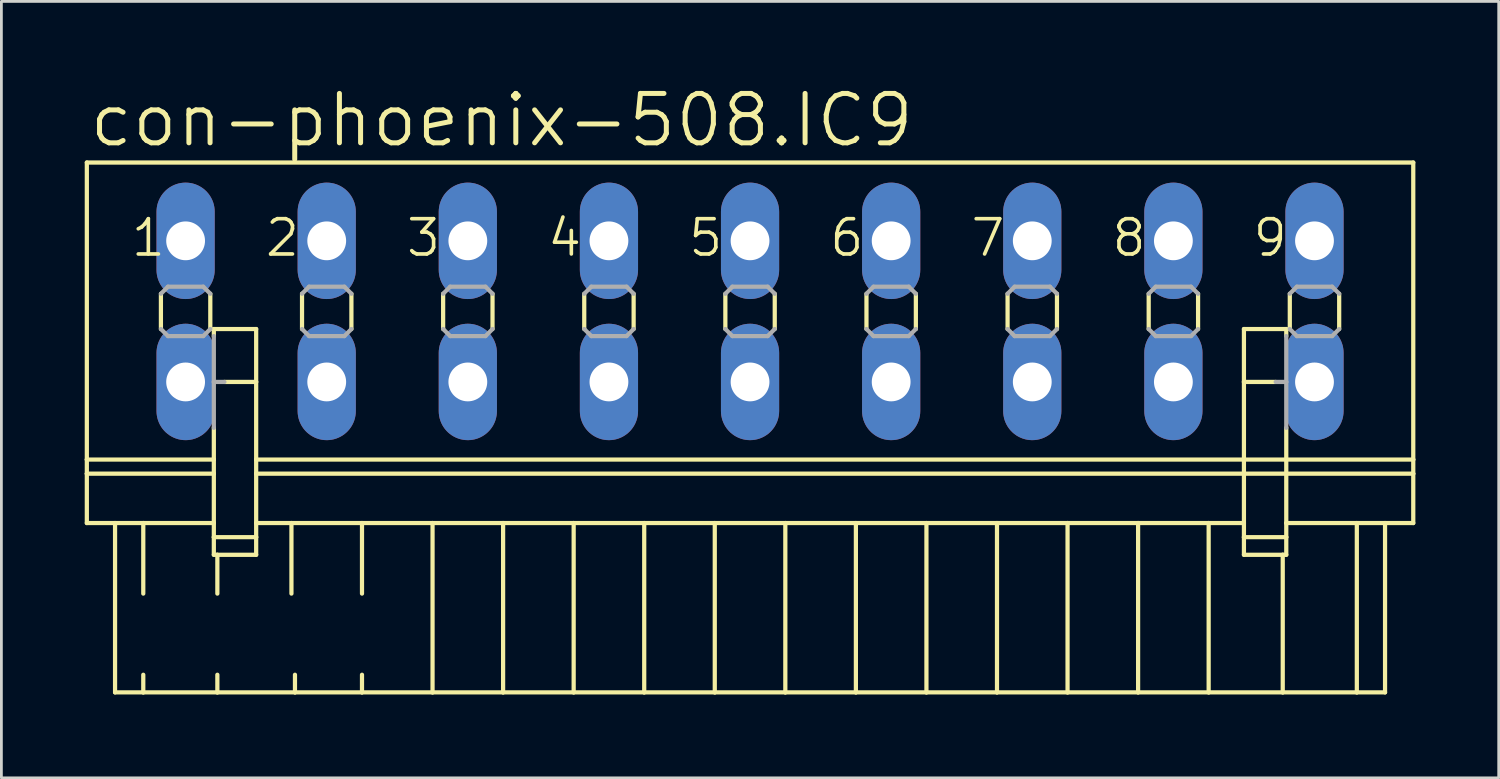
<source format=kicad_pcb>
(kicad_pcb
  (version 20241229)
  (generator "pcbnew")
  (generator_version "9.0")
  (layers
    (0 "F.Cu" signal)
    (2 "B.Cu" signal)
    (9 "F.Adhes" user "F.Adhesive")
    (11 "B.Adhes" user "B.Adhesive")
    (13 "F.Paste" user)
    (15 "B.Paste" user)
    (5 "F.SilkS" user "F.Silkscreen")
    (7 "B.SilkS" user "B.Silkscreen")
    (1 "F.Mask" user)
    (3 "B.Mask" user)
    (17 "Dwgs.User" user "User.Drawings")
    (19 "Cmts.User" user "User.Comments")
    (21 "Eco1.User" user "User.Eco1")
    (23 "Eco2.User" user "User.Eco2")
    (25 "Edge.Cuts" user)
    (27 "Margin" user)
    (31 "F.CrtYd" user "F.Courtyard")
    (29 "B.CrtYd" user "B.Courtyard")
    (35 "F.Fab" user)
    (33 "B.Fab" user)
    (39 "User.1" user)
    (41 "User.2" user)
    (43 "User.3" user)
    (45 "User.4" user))
  (footprint "con-phoenix-508.IC9"
    (layer "F.Cu")
    (at 23.952 8.16)
    (property "Reference" "con-phoenix-508.IC9" (at -23.876 -5.842 0) (layer "F.SilkS") (effects (font (size 1.778 1.778) (thickness 0.18)) (justify left bottom)))
    (attr through_hole)
    (fp_line (start -23.876 -5.359) (end -23.876 5.334) (stroke (width 0.152) (type default)) (layer "F.SilkS"))
    (fp_line (start -23.876 -5.359) (end 23.876 -5.359) (stroke (width 0.152) (type default)) (layer "F.SilkS"))
    (fp_line (start -23.876 5.334) (end -23.876 5.842) (stroke (width 0.152) (type default)) (layer "F.SilkS"))
    (fp_line (start -23.876 5.334) (end -19.304 5.334) (stroke (width 0.152) (type default)) (layer "F.SilkS"))
    (fp_line (start -23.876 5.842) (end -23.876 7.62) (stroke (width 0.152) (type default)) (layer "F.SilkS"))
    (fp_line (start -23.876 5.842) (end -19.304 5.842) (stroke (width 0.152) (type default)) (layer "F.SilkS"))
    (fp_line (start -23.876 7.62) (end -22.86 7.62) (stroke (width 0.152) (type default)) (layer "F.SilkS"))
    (fp_line (start -22.86 7.62) (end -22.86 13.716) (stroke (width 0.152) (type default)) (layer "F.SilkS"))
    (fp_line (start -22.86 7.62) (end -21.844 7.62) (stroke (width 0.152) (type default)) (layer "F.SilkS"))
    (fp_line (start -22.86 13.716) (end -21.844 13.716) (stroke (width 0.152) (type default)) (layer "F.SilkS"))
    (fp_line (start -21.844 7.62) (end -21.844 10.16) (stroke (width 0.152) (type default)) (layer "F.SilkS"))
    (fp_line (start -21.844 7.62) (end -19.304 7.62) (stroke (width 0.152) (type default)) (layer "F.SilkS"))
    (fp_line (start -21.844 13.081) (end -21.844 13.716) (stroke (width 0.152) (type default)) (layer "F.SilkS"))
    (fp_line (start -21.844 13.716) (end -19.177 13.716) (stroke (width 0.152) (type default)) (layer "F.SilkS"))
    (fp_line (start -21.209 -0.635) (end -21.209 0.635) (stroke (width 0.152) (type default)) (layer "F.SilkS"))
    (fp_line (start -19.431 -0.635) (end -19.431 0.635) (stroke (width 0.152) (type default)) (layer "F.SilkS"))
    (fp_line (start -19.304 0.635) (end -19.304 0.889) (stroke (width 0.152) (type default)) (layer "F.SilkS"))
    (fp_line (start -19.304 0.635) (end -17.78 0.635) (stroke (width 0.152) (type default)) (layer "F.SilkS"))
    (fp_line (start -19.304 4.191) (end -19.304 5.334) (stroke (width 0.152) (type default)) (layer "F.SilkS"))
    (fp_line (start -19.304 5.842) (end -19.304 5.334) (stroke (width 0.152) (type default)) (layer "F.SilkS"))
    (fp_line (start -19.304 7.62) (end -19.304 5.842) (stroke (width 0.152) (type default)) (layer "F.SilkS"))
    (fp_line (start -19.304 8.128) (end -19.304 7.62) (stroke (width 0.152) (type default)) (layer "F.SilkS"))
    (fp_line (start -19.304 8.128) (end -17.78 8.128) (stroke (width 0.152) (type default)) (layer "F.SilkS"))
    (fp_line (start -19.304 8.763) (end -19.304 8.128) (stroke (width 0.152) (type default)) (layer "F.SilkS"))
    (fp_line (start -19.177 8.763) (end -19.304 8.763) (stroke (width 0.152) (type default)) (layer "F.SilkS"))
    (fp_line (start -19.177 8.763) (end -19.177 10.16) (stroke (width 0.152) (type default)) (layer "F.SilkS"))
    (fp_line (start -19.177 13.081) (end -19.177 13.716) (stroke (width 0.152) (type default)) (layer "F.SilkS"))
    (fp_line (start -19.177 13.716) (end -16.383 13.716) (stroke (width 0.152) (type default)) (layer "F.SilkS"))
    (fp_line (start -17.78 0.635) (end -17.78 2.54) (stroke (width 0.152) (type default)) (layer "F.SilkS"))
    (fp_line (start -17.78 2.54) (end -18.923 2.54) (stroke (width 0.152) (type default)) (layer "F.SilkS"))
    (fp_line (start -17.78 2.54) (end -17.78 5.334) (stroke (width 0.152) (type default)) (layer "F.SilkS"))
    (fp_line (start -17.78 5.334) (end -17.78 5.842) (stroke (width 0.152) (type default)) (layer "F.SilkS"))
    (fp_line (start -17.78 5.334) (end 17.78 5.334) (stroke (width 0.152) (type default)) (layer "F.SilkS"))
    (fp_line (start -17.78 5.842) (end -17.78 7.62) (stroke (width 0.152) (type default)) (layer "F.SilkS"))
    (fp_line (start -17.78 5.842) (end 17.78 5.842) (stroke (width 0.152) (type default)) (layer "F.SilkS"))
    (fp_line (start -17.78 7.62) (end -17.78 8.128) (stroke (width 0.152) (type default)) (layer "F.SilkS"))
    (fp_line (start -17.78 7.62) (end -16.51 7.62) (stroke (width 0.152) (type default)) (layer "F.SilkS"))
    (fp_line (start -17.78 8.128) (end -17.78 8.763) (stroke (width 0.152) (type default)) (layer "F.SilkS"))
    (fp_line (start -17.78 8.763) (end -19.177 8.763) (stroke (width 0.152) (type default)) (layer "F.SilkS"))
    (fp_line (start -16.51 7.62) (end -16.51 10.16) (stroke (width 0.152) (type default)) (layer "F.SilkS"))
    (fp_line (start -16.51 7.62) (end -13.97 7.62) (stroke (width 0.152) (type default)) (layer "F.SilkS"))
    (fp_line (start -16.383 13.081) (end -16.383 13.716) (stroke (width 0.152) (type default)) (layer "F.SilkS"))
    (fp_line (start -16.383 13.716) (end -13.97 13.716) (stroke (width 0.152) (type default)) (layer "F.SilkS"))
    (fp_line (start -16.129 -0.635) (end -16.129 0.635) (stroke (width 0.152) (type default)) (layer "F.SilkS"))
    (fp_line (start -14.351 -0.635) (end -14.351 0.635) (stroke (width 0.152) (type default)) (layer "F.SilkS"))
    (fp_line (start -13.97 7.62) (end -13.97 10.16) (stroke (width 0.152) (type default)) (layer "F.SilkS"))
    (fp_line (start -13.97 7.62) (end -11.43 7.62) (stroke (width 0.152) (type default)) (layer "F.SilkS"))
    (fp_line (start -13.97 13.081) (end -13.97 13.716) (stroke (width 0.152) (type default)) (layer "F.SilkS"))
    (fp_line (start -13.97 13.716) (end -11.43 13.716) (stroke (width 0.152) (type default)) (layer "F.SilkS"))
    (fp_line (start -11.43 7.62) (end -11.43 13.716) (stroke (width 0.152) (type default)) (layer "F.SilkS"))
    (fp_line (start -11.43 7.62) (end -8.89 7.62) (stroke (width 0.152) (type default)) (layer "F.SilkS"))
    (fp_line (start -11.43 13.716) (end -8.89 13.716) (stroke (width 0.152) (type default)) (layer "F.SilkS"))
    (fp_line (start -11.049 -0.635) (end -11.049 0.635) (stroke (width 0.152) (type default)) (layer "F.SilkS"))
    (fp_line (start -9.271 -0.635) (end -9.271 0.635) (stroke (width 0.152) (type default)) (layer "F.SilkS"))
    (fp_line (start -8.89 7.62) (end -8.89 13.716) (stroke (width 0.152) (type default)) (layer "F.SilkS"))
    (fp_line (start -8.89 7.62) (end -6.35 7.62) (stroke (width 0.152) (type default)) (layer "F.SilkS"))
    (fp_line (start -8.89 13.716) (end -6.35 13.716) (stroke (width 0.152) (type default)) (layer "F.SilkS"))
    (fp_line (start -6.35 7.62) (end -6.35 13.716) (stroke (width 0.152) (type default)) (layer "F.SilkS"))
    (fp_line (start -6.35 7.62) (end -3.81 7.62) (stroke (width 0.152) (type default)) (layer "F.SilkS"))
    (fp_line (start -6.35 13.716) (end -3.81 13.716) (stroke (width 0.152) (type default)) (layer "F.SilkS"))
    (fp_line (start -5.969 -0.635) (end -5.969 0.635) (stroke (width 0.152) (type default)) (layer "F.SilkS"))
    (fp_line (start -4.191 -0.635) (end -4.191 0.635) (stroke (width 0.152) (type default)) (layer "F.SilkS"))
    (fp_line (start -3.81 7.62) (end -3.81 13.716) (stroke (width 0.152) (type default)) (layer "F.SilkS"))
    (fp_line (start -3.81 7.62) (end -1.27 7.62) (stroke (width 0.152) (type default)) (layer "F.SilkS"))
    (fp_line (start -3.81 13.716) (end -1.27 13.716) (stroke (width 0.152) (type default)) (layer "F.SilkS"))
    (fp_line (start -1.27 7.62) (end -1.27 13.716) (stroke (width 0.152) (type default)) (layer "F.SilkS"))
    (fp_line (start -1.27 7.62) (end 1.27 7.62) (stroke (width 0.152) (type default)) (layer "F.SilkS"))
    (fp_line (start -1.27 13.716) (end 1.27 13.716) (stroke (width 0.152) (type default)) (layer "F.SilkS"))
    (fp_line (start -0.889 -0.635) (end -0.889 0.635) (stroke (width 0.152) (type default)) (layer "F.SilkS"))
    (fp_line (start 0.889 -0.635) (end 0.889 0.635) (stroke (width 0.152) (type default)) (layer "F.SilkS"))
    (fp_line (start 1.27 7.62) (end 1.27 13.716) (stroke (width 0.152) (type default)) (layer "F.SilkS"))
    (fp_line (start 1.27 7.62) (end 3.81 7.62) (stroke (width 0.152) (type default)) (layer "F.SilkS"))
    (fp_line (start 1.27 13.716) (end 3.81 13.716) (stroke (width 0.152) (type default)) (layer "F.SilkS"))
    (fp_line (start 3.81 7.62) (end 3.81 13.716) (stroke (width 0.152) (type default)) (layer "F.SilkS"))
    (fp_line (start 3.81 7.62) (end 6.35 7.62) (stroke (width 0.152) (type default)) (layer "F.SilkS"))
    (fp_line (start 3.81 13.716) (end 6.35 13.716) (stroke (width 0.152) (type default)) (layer "F.SilkS"))
    (fp_line (start 4.191 -0.635) (end 4.191 0.635) (stroke (width 0.152) (type default)) (layer "F.SilkS"))
    (fp_line (start 5.969 -0.635) (end 5.969 0.635) (stroke (width 0.152) (type default)) (layer "F.SilkS"))
    (fp_line (start 6.35 7.62) (end 6.35 13.716) (stroke (width 0.152) (type default)) (layer "F.SilkS"))
    (fp_line (start 6.35 7.62) (end 8.89 7.62) (stroke (width 0.152) (type default)) (layer "F.SilkS"))
    (fp_line (start 6.35 13.716) (end 8.89 13.716) (stroke (width 0.152) (type default)) (layer "F.SilkS"))
    (fp_line (start 8.89 7.62) (end 8.89 13.716) (stroke (width 0.152) (type default)) (layer "F.SilkS"))
    (fp_line (start 8.89 7.62) (end 11.43 7.62) (stroke (width 0.152) (type default)) (layer "F.SilkS"))
    (fp_line (start 8.89 13.716) (end 11.43 13.716) (stroke (width 0.152) (type default)) (layer "F.SilkS"))
    (fp_line (start 9.271 -0.635) (end 9.271 0.635) (stroke (width 0.152) (type default)) (layer "F.SilkS"))
    (fp_line (start 11.049 -0.635) (end 11.049 0.635) (stroke (width 0.152) (type default)) (layer "F.SilkS"))
    (fp_line (start 11.43 7.62) (end 11.43 13.716) (stroke (width 0.152) (type default)) (layer "F.SilkS"))
    (fp_line (start 11.43 7.62) (end 13.97 7.62) (stroke (width 0.152) (type default)) (layer "F.SilkS"))
    (fp_line (start 11.43 13.716) (end 13.97 13.716) (stroke (width 0.152) (type default)) (layer "F.SilkS"))
    (fp_line (start 13.97 7.62) (end 13.97 13.716) (stroke (width 0.152) (type default)) (layer "F.SilkS"))
    (fp_line (start 13.97 7.62) (end 16.51 7.62) (stroke (width 0.152) (type default)) (layer "F.SilkS"))
    (fp_line (start 13.97 13.716) (end 16.51 13.716) (stroke (width 0.152) (type default)) (layer "F.SilkS"))
    (fp_line (start 14.351 -0.635) (end 14.351 0.635) (stroke (width 0.152) (type default)) (layer "F.SilkS"))
    (fp_line (start 16.129 -0.635) (end 16.129 0.635) (stroke (width 0.152) (type default)) (layer "F.SilkS"))
    (fp_line (start 16.51 7.62) (end 16.51 13.716) (stroke (width 0.152) (type default)) (layer "F.SilkS"))
    (fp_line (start 16.51 7.62) (end 17.78 7.62) (stroke (width 0.152) (type default)) (layer "F.SilkS"))
    (fp_line (start 16.51 13.716) (end 19.177 13.716) (stroke (width 0.152) (type default)) (layer "F.SilkS"))
    (fp_line (start 17.78 0.635) (end 17.78 2.54) (stroke (width 0.152) (type default)) (layer "F.SilkS"))
    (fp_line (start 17.78 2.54) (end 17.78 5.334) (stroke (width 0.152) (type default)) (layer "F.SilkS"))
    (fp_line (start 17.78 2.54) (end 18.923 2.54) (stroke (width 0.152) (type default)) (layer "F.SilkS"))
    (fp_line (start 17.78 5.334) (end 17.78 5.842) (stroke (width 0.152) (type default)) (layer "F.SilkS"))
    (fp_line (start 17.78 5.334) (end 19.304 5.334) (stroke (width 0.152) (type default)) (layer "F.SilkS"))
    (fp_line (start 17.78 5.842) (end 17.78 7.62) (stroke (width 0.152) (type default)) (layer "F.SilkS"))
    (fp_line (start 17.78 5.842) (end 19.304 5.842) (stroke (width 0.152) (type default)) (layer "F.SilkS"))
    (fp_line (start 17.78 7.62) (end 17.78 8.128) (stroke (width 0.152) (type default)) (layer "F.SilkS"))
    (fp_line (start 17.78 8.128) (end 17.78 8.763) (stroke (width 0.152) (type default)) (layer "F.SilkS"))
    (fp_line (start 17.78 8.128) (end 19.304 8.128) (stroke (width 0.152) (type default)) (layer "F.SilkS"))
    (fp_line (start 19.177 8.763) (end 17.78 8.763) (stroke (width 0.152) (type default)) (layer "F.SilkS"))
    (fp_line (start 19.177 8.763) (end 19.177 13.716) (stroke (width 0.152) (type default)) (layer "F.SilkS"))
    (fp_line (start 19.177 13.716) (end 21.844 13.716) (stroke (width 0.152) (type default)) (layer "F.SilkS"))
    (fp_line (start 19.304 0.635) (end 17.78 0.635) (stroke (width 0.152) (type default)) (layer "F.SilkS"))
    (fp_line (start 19.304 0.889) (end 19.304 0.635) (stroke (width 0.152) (type default)) (layer "F.SilkS"))
    (fp_line (start 19.304 4.191) (end 19.304 5.334) (stroke (width 0.152) (type default)) (layer "F.SilkS"))
    (fp_line (start 19.304 5.334) (end 23.876 5.334) (stroke (width 0.152) (type default)) (layer "F.SilkS"))
    (fp_line (start 19.304 5.842) (end 19.304 5.334) (stroke (width 0.152) (type default)) (layer "F.SilkS"))
    (fp_line (start 19.304 5.842) (end 23.876 5.842) (stroke (width 0.152) (type default)) (layer "F.SilkS"))
    (fp_line (start 19.304 7.62) (end 19.304 5.842) (stroke (width 0.152) (type default)) (layer "F.SilkS"))
    (fp_line (start 19.304 7.62) (end 21.844 7.62) (stroke (width 0.152) (type default)) (layer "F.SilkS"))
    (fp_line (start 19.304 8.128) (end 19.304 7.62) (stroke (width 0.152) (type default)) (layer "F.SilkS"))
    (fp_line (start 19.304 8.763) (end 19.177 8.763) (stroke (width 0.152) (type default)) (layer "F.SilkS"))
    (fp_line (start 19.304 8.763) (end 19.304 8.128) (stroke (width 0.152) (type default)) (layer "F.SilkS"))
    (fp_line (start 19.431 -0.635) (end 19.431 0.635) (stroke (width 0.152) (type default)) (layer "F.SilkS"))
    (fp_line (start 21.209 -0.635) (end 21.209 0.635) (stroke (width 0.152) (type default)) (layer "F.SilkS"))
    (fp_line (start 21.844 7.62) (end 21.844 13.716) (stroke (width 0.152) (type default)) (layer "F.SilkS"))
    (fp_line (start 21.844 7.62) (end 22.86 7.62) (stroke (width 0.152) (type default)) (layer "F.SilkS"))
    (fp_line (start 21.844 13.716) (end 22.86 13.716) (stroke (width 0.152) (type default)) (layer "F.SilkS"))
    (fp_line (start 22.86 7.62) (end 22.86 13.716) (stroke (width 0.152) (type default)) (layer "F.SilkS"))
    (fp_line (start 22.86 7.62) (end 23.876 7.62) (stroke (width 0.152) (type default)) (layer "F.SilkS"))
    (fp_line (start 23.876 -5.359) (end 23.876 5.334) (stroke (width 0.152) (type default)) (layer "F.SilkS"))
    (fp_line (start 23.876 5.334) (end 23.876 5.842) (stroke (width 0.152) (type default)) (layer "F.SilkS"))
    (fp_line (start 23.876 5.842) (end 23.876 7.62) (stroke (width 0.152) (type default)) (layer "F.SilkS"))
    (fp_line (start -21.209 -0.635) (end -20.955 -0.889) (stroke (width 0.152) (type default)) (layer "F.Fab"))
    (fp_line (start -20.955 -0.889) (end -19.685 -0.889) (stroke (width 0.152) (type default)) (layer "F.Fab"))
    (fp_line (start -20.955 0.889) (end -21.209 0.635) (stroke (width 0.152) (type default)) (layer "F.Fab"))
    (fp_line (start -19.685 -0.889) (end -19.431 -0.635) (stroke (width 0.152) (type default)) (layer "F.Fab"))
    (fp_line (start -19.685 0.889) (end -20.955 0.889) (stroke (width 0.152) (type default)) (layer "F.Fab"))
    (fp_line (start -19.431 0.635) (end -19.685 0.889) (stroke (width 0.152) (type default)) (layer "F.Fab"))
    (fp_line (start -19.304 2.54) (end -19.304 0.889) (stroke (width 0.152) (type default)) (layer "F.Fab"))
    (fp_line (start -19.304 2.54) (end -18.923 2.54) (stroke (width 0.152) (type default)) (layer "F.Fab"))
    (fp_line (start -19.304 4.191) (end -19.304 2.54) (stroke (width 0.152) (type default)) (layer "F.Fab"))
    (fp_line (start -16.129 -0.635) (end -15.875 -0.889) (stroke (width 0.152) (type default)) (layer "F.Fab"))
    (fp_line (start -15.875 -0.889) (end -14.605 -0.889) (stroke (width 0.152) (type default)) (layer "F.Fab"))
    (fp_line (start -15.875 0.889) (end -16.129 0.635) (stroke (width 0.152) (type default)) (layer "F.Fab"))
    (fp_line (start -14.605 -0.889) (end -14.351 -0.635) (stroke (width 0.152) (type default)) (layer "F.Fab"))
    (fp_line (start -14.605 0.889) (end -15.875 0.889) (stroke (width 0.152) (type default)) (layer "F.Fab"))
    (fp_line (start -14.351 0.635) (end -14.605 0.889) (stroke (width 0.152) (type default)) (layer "F.Fab"))
    (fp_line (start -11.049 -0.635) (end -10.795 -0.889) (stroke (width 0.152) (type default)) (layer "F.Fab"))
    (fp_line (start -10.795 -0.889) (end -9.525 -0.889) (stroke (width 0.152) (type default)) (layer "F.Fab"))
    (fp_line (start -10.795 0.889) (end -11.049 0.635) (stroke (width 0.152) (type default)) (layer "F.Fab"))
    (fp_line (start -9.525 -0.889) (end -9.271 -0.635) (stroke (width 0.152) (type default)) (layer "F.Fab"))
    (fp_line (start -9.525 0.889) (end -10.795 0.889) (stroke (width 0.152) (type default)) (layer "F.Fab"))
    (fp_line (start -9.271 0.635) (end -9.525 0.889) (stroke (width 0.152) (type default)) (layer "F.Fab"))
    (fp_line (start -5.969 -0.635) (end -5.715 -0.889) (stroke (width 0.152) (type default)) (layer "F.Fab"))
    (fp_line (start -5.715 -0.889) (end -4.445 -0.889) (stroke (width 0.152) (type default)) (layer "F.Fab"))
    (fp_line (start -5.715 0.889) (end -5.969 0.635) (stroke (width 0.152) (type default)) (layer "F.Fab"))
    (fp_line (start -4.445 -0.889) (end -4.191 -0.635) (stroke (width 0.152) (type default)) (layer "F.Fab"))
    (fp_line (start -4.445 0.889) (end -5.715 0.889) (stroke (width 0.152) (type default)) (layer "F.Fab"))
    (fp_line (start -4.191 0.635) (end -4.445 0.889) (stroke (width 0.152) (type default)) (layer "F.Fab"))
    (fp_line (start -0.889 -0.635) (end -0.635 -0.889) (stroke (width 0.152) (type default)) (layer "F.Fab"))
    (fp_line (start -0.635 -0.889) (end 0.635 -0.889) (stroke (width 0.152) (type default)) (layer "F.Fab"))
    (fp_line (start -0.635 0.889) (end -0.889 0.635) (stroke (width 0.152) (type default)) (layer "F.Fab"))
    (fp_line (start 0.635 -0.889) (end 0.889 -0.635) (stroke (width 0.152) (type default)) (layer "F.Fab"))
    (fp_line (start 0.635 0.889) (end -0.635 0.889) (stroke (width 0.152) (type default)) (layer "F.Fab"))
    (fp_line (start 0.889 0.635) (end 0.635 0.889) (stroke (width 0.152) (type default)) (layer "F.Fab"))
    (fp_line (start 4.191 -0.635) (end 4.445 -0.889) (stroke (width 0.152) (type default)) (layer "F.Fab"))
    (fp_line (start 4.445 -0.889) (end 5.715 -0.889) (stroke (width 0.152) (type default)) (layer "F.Fab"))
    (fp_line (start 4.445 0.889) (end 4.191 0.635) (stroke (width 0.152) (type default)) (layer "F.Fab"))
    (fp_line (start 5.715 -0.889) (end 5.969 -0.635) (stroke (width 0.152) (type default)) (layer "F.Fab"))
    (fp_line (start 5.715 0.889) (end 4.445 0.889) (stroke (width 0.152) (type default)) (layer "F.Fab"))
    (fp_line (start 5.969 0.635) (end 5.715 0.889) (stroke (width 0.152) (type default)) (layer "F.Fab"))
    (fp_line (start 9.271 -0.635) (end 9.525 -0.889) (stroke (width 0.152) (type default)) (layer "F.Fab"))
    (fp_line (start 9.525 -0.889) (end 10.795 -0.889) (stroke (width 0.152) (type default)) (layer "F.Fab"))
    (fp_line (start 9.525 0.889) (end 9.271 0.635) (stroke (width 0.152) (type default)) (layer "F.Fab"))
    (fp_line (start 10.795 -0.889) (end 11.049 -0.635) (stroke (width 0.152) (type default)) (layer "F.Fab"))
    (fp_line (start 10.795 0.889) (end 9.525 0.889) (stroke (width 0.152) (type default)) (layer "F.Fab"))
    (fp_line (start 11.049 0.635) (end 10.795 0.889) (stroke (width 0.152) (type default)) (layer "F.Fab"))
    (fp_line (start 14.351 -0.635) (end 14.605 -0.889) (stroke (width 0.152) (type default)) (layer "F.Fab"))
    (fp_line (start 14.605 -0.889) (end 15.875 -0.889) (stroke (width 0.152) (type default)) (layer "F.Fab"))
    (fp_line (start 14.605 0.889) (end 14.351 0.635) (stroke (width 0.152) (type default)) (layer "F.Fab"))
    (fp_line (start 15.875 -0.889) (end 16.129 -0.635) (stroke (width 0.152) (type default)) (layer "F.Fab"))
    (fp_line (start 15.875 0.889) (end 14.605 0.889) (stroke (width 0.152) (type default)) (layer "F.Fab"))
    (fp_line (start 16.129 0.635) (end 15.875 0.889) (stroke (width 0.152) (type default)) (layer "F.Fab"))
    (fp_line (start 18.923 2.54) (end 19.304 2.54) (stroke (width 0.152) (type default)) (layer "F.Fab"))
    (fp_line (start 19.304 2.54) (end 19.304 0.889) (stroke (width 0.152) (type default)) (layer "F.Fab"))
    (fp_line (start 19.304 4.191) (end 19.304 2.54) (stroke (width 0.152) (type default)) (layer "F.Fab"))
    (fp_line (start 19.431 -0.635) (end 19.685 -0.889) (stroke (width 0.152) (type default)) (layer "F.Fab"))
    (fp_line (start 19.685 -0.889) (end 20.955 -0.889) (stroke (width 0.152) (type default)) (layer "F.Fab"))
    (fp_line (start 19.685 0.889) (end 19.431 0.635) (stroke (width 0.152) (type default)) (layer "F.Fab"))
    (fp_line (start 20.955 -0.889) (end 21.209 -0.635) (stroke (width 0.152) (type default)) (layer "F.Fab"))
    (fp_line (start 20.955 0.889) (end 19.685 0.889) (stroke (width 0.152) (type default)) (layer "F.Fab"))
    (fp_line (start 21.209 0.635) (end 20.955 0.889) (stroke (width 0.152) (type default)) (layer "F.Fab"))
    (fp_text user "9" (at 18.034 -1.905 0) (layer "F.SilkS") (effects (font (size 1.27 1.27) (thickness 0.13)) (justify left bottom)))
    (fp_text user "8" (at 12.954 -1.905 0) (layer "F.SilkS") (effects (font (size 1.27 1.27) (thickness 0.13)) (justify left bottom)))
    (fp_text user "3" (at -12.446 -1.905 0) (layer "F.SilkS") (effects (font (size 1.27 1.27) (thickness 0.13)) (justify left bottom)))
    (fp_text user "2" (at -17.526 -1.905 0) (layer "F.SilkS") (effects (font (size 1.27 1.27) (thickness 0.13)) (justify left bottom)))
    (fp_text user "6" (at 2.794 -1.905 0) (layer "F.SilkS") (effects (font (size 1.27 1.27) (thickness 0.13)) (justify left bottom)))
    (fp_text user "1" (at -22.352 -1.905 0) (layer "F.SilkS") (effects (font (size 1.27 1.27) (thickness 0.13)) (justify left bottom)))
    (fp_text user "7" (at 7.874 -1.905 0) (layer "F.SilkS") (effects (font (size 1.27 1.27) (thickness 0.13)) (justify left bottom)))
    (fp_text user "4" (at -7.366 -1.905 0) (layer "F.SilkS") (effects (font (size 1.27 1.27) (thickness 0.13)) (justify left bottom)))
    (fp_text user "5" (at -2.286 -1.905 0) (layer "F.SilkS") (effects (font (size 1.27 1.27) (thickness 0.13)) (justify left bottom)))
    (pad "1" thru_hole oval (at -20.32 -2.54 90) (size 4.191 2.095) (drill 1.397) (layers "*.Cu" "*.Mask"))
    (pad "1A" thru_hole oval (at -20.32 2.54 90) (size 4.191 2.095) (drill 1.397) (layers "*.Cu" "*.Mask"))
    (pad "2" thru_hole oval (at -15.24 -2.54 90) (size 4.191 2.095) (drill 1.397) (layers "*.Cu" "*.Mask"))
    (pad "2A" thru_hole oval (at -15.24 2.54 90) (size 4.191 2.095) (drill 1.397) (layers "*.Cu" "*.Mask"))
    (pad "3" thru_hole oval (at -10.16 -2.54 90) (size 4.191 2.095) (drill 1.397) (layers "*.Cu" "*.Mask"))
    (pad "3A" thru_hole oval (at -10.16 2.54 90) (size 4.191 2.095) (drill 1.397) (layers "*.Cu" "*.Mask"))
    (pad "4" thru_hole oval (at -5.08 -2.54 90) (size 4.191 2.095) (drill 1.397) (layers "*.Cu" "*.Mask"))
    (pad "4A" thru_hole oval (at -5.08 2.54 90) (size 4.191 2.095) (drill 1.397) (layers "*.Cu" "*.Mask"))
    (pad "5" thru_hole oval (at 0 -2.54 90) (size 4.191 2.095) (drill 1.397) (layers "*.Cu" "*.Mask"))
    (pad "5A" thru_hole oval (at 0 2.54 90) (size 4.191 2.095) (drill 1.397) (layers "*.Cu" "*.Mask"))
    (pad "6" thru_hole oval (at 5.08 -2.54 90) (size 4.191 2.095) (drill 1.397) (layers "*.Cu" "*.Mask"))
    (pad "6A" thru_hole oval (at 5.08 2.54 90) (size 4.191 2.095) (drill 1.397) (layers "*.Cu" "*.Mask"))
    (pad "7" thru_hole oval (at 10.16 -2.54 90) (size 4.191 2.095) (drill 1.397) (layers "*.Cu" "*.Mask"))
    (pad "7A" thru_hole oval (at 10.16 2.54 90) (size 4.191 2.095) (drill 1.397) (layers "*.Cu" "*.Mask"))
    (pad "8" thru_hole oval (at 15.24 -2.54 90) (size 4.191 2.095) (drill 1.397) (layers "*.Cu" "*.Mask"))
    (pad "8A" thru_hole oval (at 15.24 2.54 90) (size 4.191 2.095) (drill 1.397) (layers "*.Cu" "*.Mask"))
    (pad "9" thru_hole oval (at 20.32 -2.54 90) (size 4.191 2.095) (drill 1.397) (layers "*.Cu" "*.Mask"))
    (pad "9A" thru_hole oval (at 20.32 2.54 90) (size 4.191 2.095) (drill 1.397) (layers "*.Cu" "*.Mask")))
  (gr_rect
    (start -3 -3)
    (end 50.904 24.952)
    (stroke (width 0.1) (type default))
    (fill no)
    (layer "Edge.Cuts")))
</source>
